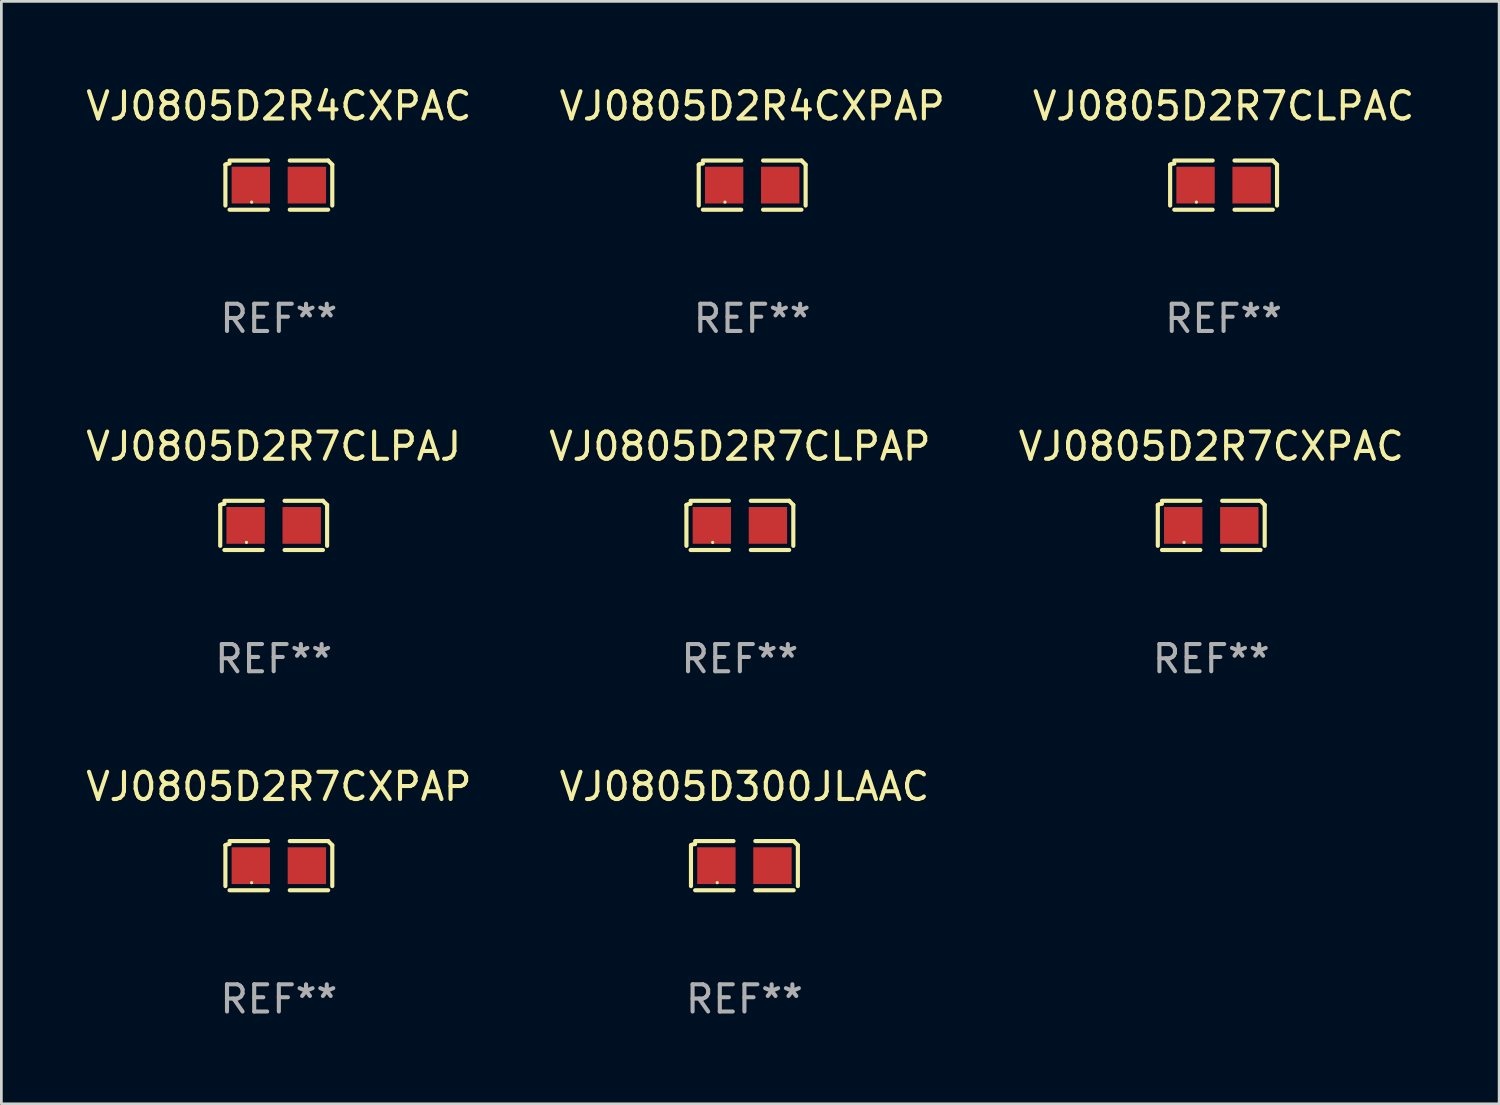
<source format=kicad_pcb>
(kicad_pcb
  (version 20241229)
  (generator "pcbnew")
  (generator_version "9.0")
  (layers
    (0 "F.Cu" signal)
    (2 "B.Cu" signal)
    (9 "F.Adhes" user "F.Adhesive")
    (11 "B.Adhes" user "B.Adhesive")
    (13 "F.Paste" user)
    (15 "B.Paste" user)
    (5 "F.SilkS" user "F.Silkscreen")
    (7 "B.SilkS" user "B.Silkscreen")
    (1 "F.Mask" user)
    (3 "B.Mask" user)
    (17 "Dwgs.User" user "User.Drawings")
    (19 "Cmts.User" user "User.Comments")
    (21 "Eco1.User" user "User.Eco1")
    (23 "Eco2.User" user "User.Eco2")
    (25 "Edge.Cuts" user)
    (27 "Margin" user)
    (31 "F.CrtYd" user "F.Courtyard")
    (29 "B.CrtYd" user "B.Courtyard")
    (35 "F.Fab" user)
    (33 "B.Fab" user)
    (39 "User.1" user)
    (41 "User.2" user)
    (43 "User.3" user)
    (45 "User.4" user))
  (footprint "VJ0805D2R7CXPAP"
    (layer "F.Cu")
    (at 7.196 28.759)
    (property "Reference" "VJ0805D2R7CXPAP" (at 0 -2.904 0) (layer "F.SilkS") (effects (font (size 1 1) (thickness 0.15))))
    (attr through_hole)
    (fp_line (start -1.964 0.751) (end -1.964 -0.751) (stroke (width 0.152) (type solid)) (layer "F.SilkS"))
    (fp_line (start -1.811 -0.904) (end -0.401 -0.904) (stroke (width 0.152) (type solid)) (layer "F.SilkS"))
    (fp_line (start -0.401 0.904) (end -1.811 0.904) (stroke (width 0.152) (type solid)) (layer "F.SilkS"))
    (fp_line (start 0.401 0.904) (end 1.811 0.904) (stroke (width 0.152) (type solid)) (layer "F.SilkS"))
    (fp_line (start 1.811 -0.904) (end 0.401 -0.904) (stroke (width 0.152) (type solid)) (layer "F.SilkS"))
    (fp_line (start 1.964 0.751) (end 1.964 -0.751) (stroke (width 0.152) (type solid)) (layer "F.SilkS"))
    (fp_arc (start -1.963602 -0.751207) (mid -1.890354 -0.783131) (end -1.811201 -0.794044) (stroke (width 0.1524) (type solid)) (layer "F.SilkS"))
    (fp_arc (start 1.811202 -0.903607) (mid 1.887413 -0.827418) (end 1.963602 -0.751207) (stroke (width 0.1524) (type solid)) (layer "F.SilkS"))
    (fp_circle (center -1 0.625) (end -0.97 0.625) (stroke (width 0.06) (type solid)) (fill no) (layer "F.SilkS"))
    (fp_text user "REF**" (at 0 4.904 0) (layer "F.Fab") (effects (font (size 1 1) (thickness 0.15))))
    (pad "1" smd rect (at -1.03 0) (size 1.41 1.35) (layers "F.Cu" "F.Mask" "F.Paste"))
    (pad "2" smd rect (at 1.03 0) (size 1.41 1.35) (layers "F.Cu" "F.Mask" "F.Paste")))
  (footprint "VJ0805D2R4CXPAP"
    (layer "F.Cu")
    (at 24.589 3.752)
    (property "Reference" "VJ0805D2R4CXPAP" (at 0 -2.904 0) (layer "F.SilkS") (effects (font (size 1 1) (thickness 0.15))))
    (attr through_hole)
    (fp_line (start -1.964 0.751) (end -1.964 -0.751) (stroke (width 0.152) (type solid)) (layer "F.SilkS"))
    (fp_line (start -1.811 -0.904) (end -0.401 -0.904) (stroke (width 0.152) (type solid)) (layer "F.SilkS"))
    (fp_line (start -0.401 0.904) (end -1.811 0.904) (stroke (width 0.152) (type solid)) (layer "F.SilkS"))
    (fp_line (start 0.401 0.904) (end 1.811 0.904) (stroke (width 0.152) (type solid)) (layer "F.SilkS"))
    (fp_line (start 1.811 -0.904) (end 0.401 -0.904) (stroke (width 0.152) (type solid)) (layer "F.SilkS"))
    (fp_line (start 1.964 0.751) (end 1.964 -0.751) (stroke (width 0.152) (type solid)) (layer "F.SilkS"))
    (fp_arc (start -1.963602 -0.751207) (mid -1.890354 -0.783131) (end -1.811201 -0.794044) (stroke (width 0.1524) (type solid)) (layer "F.SilkS"))
    (fp_arc (start 1.811202 -0.903607) (mid 1.887413 -0.827418) (end 1.963602 -0.751207) (stroke (width 0.1524) (type solid)) (layer "F.SilkS"))
    (fp_circle (center -1 0.625) (end -0.97 0.625) (stroke (width 0.06) (type solid)) (fill no) (layer "F.SilkS"))
    (fp_text user "REF**" (at 0 4.904 0) (layer "F.Fab") (effects (font (size 1 1) (thickness 0.15))))
    (pad "1" smd rect (at -1.03 0) (size 1.41 1.35) (layers "F.Cu" "F.Mask" "F.Paste"))
    (pad "2" smd rect (at 1.03 0) (size 1.41 1.35) (layers "F.Cu" "F.Mask" "F.Paste")))
  (footprint "VJ0805D2R7CLPAJ"
    (layer "F.Cu")
    (at 7.006 16.256)
    (property "Reference" "VJ0805D2R7CLPAJ" (at 0 -2.904 0) (layer "F.SilkS") (effects (font (size 1 1) (thickness 0.15))))
    (attr through_hole)
    (fp_line (start -1.964 0.751) (end -1.964 -0.751) (stroke (width 0.152) (type solid)) (layer "F.SilkS"))
    (fp_line (start -1.811 -0.904) (end -0.401 -0.904) (stroke (width 0.152) (type solid)) (layer "F.SilkS"))
    (fp_line (start -0.401 0.904) (end -1.811 0.904) (stroke (width 0.152) (type solid)) (layer "F.SilkS"))
    (fp_line (start 0.401 0.904) (end 1.811 0.904) (stroke (width 0.152) (type solid)) (layer "F.SilkS"))
    (fp_line (start 1.811 -0.904) (end 0.401 -0.904) (stroke (width 0.152) (type solid)) (layer "F.SilkS"))
    (fp_line (start 1.964 0.751) (end 1.964 -0.751) (stroke (width 0.152) (type solid)) (layer "F.SilkS"))
    (fp_arc (start -1.963602 -0.751207) (mid -1.890354 -0.783131) (end -1.811201 -0.794044) (stroke (width 0.1524) (type solid)) (layer "F.SilkS"))
    (fp_arc (start 1.811202 -0.903607) (mid 1.887413 -0.827418) (end 1.963602 -0.751207) (stroke (width 0.1524) (type solid)) (layer "F.SilkS"))
    (fp_circle (center -1 0.625) (end -0.97 0.625) (stroke (width 0.06) (type solid)) (fill no) (layer "F.SilkS"))
    (fp_text user "REF**" (at 0 4.904 0) (layer "F.Fab") (effects (font (size 1 1) (thickness 0.15))))
    (pad "1" smd rect (at -1.03 0) (size 1.41 1.35) (layers "F.Cu" "F.Mask" "F.Paste"))
    (pad "2" smd rect (at 1.03 0) (size 1.41 1.35) (layers "F.Cu" "F.Mask" "F.Paste")))
  (footprint "VJ0805D300JLAAC"
    (layer "F.Cu")
    (at 24.304 28.759)
    (property "Reference" "VJ0805D300JLAAC" (at 0 -2.904 0) (layer "F.SilkS") (effects (font (size 1 1) (thickness 0.15))))
    (attr through_hole)
    (fp_line (start -1.964 0.751) (end -1.964 -0.751) (stroke (width 0.152) (type solid)) (layer "F.SilkS"))
    (fp_line (start -1.811 -0.904) (end -0.401 -0.904) (stroke (width 0.152) (type solid)) (layer "F.SilkS"))
    (fp_line (start -0.401 0.904) (end -1.811 0.904) (stroke (width 0.152) (type solid)) (layer "F.SilkS"))
    (fp_line (start 0.401 0.904) (end 1.811 0.904) (stroke (width 0.152) (type solid)) (layer "F.SilkS"))
    (fp_line (start 1.811 -0.904) (end 0.401 -0.904) (stroke (width 0.152) (type solid)) (layer "F.SilkS"))
    (fp_line (start 1.964 0.751) (end 1.964 -0.751) (stroke (width 0.152) (type solid)) (layer "F.SilkS"))
    (fp_arc (start -1.963602 -0.751207) (mid -1.890354 -0.783131) (end -1.811201 -0.794044) (stroke (width 0.1524) (type solid)) (layer "F.SilkS"))
    (fp_arc (start 1.811202 -0.903607) (mid 1.887413 -0.827418) (end 1.963602 -0.751207) (stroke (width 0.1524) (type solid)) (layer "F.SilkS"))
    (fp_circle (center -1 0.625) (end -0.97 0.625) (stroke (width 0.06) (type solid)) (fill no) (layer "F.SilkS"))
    (fp_text user "REF**" (at 0 4.904 0) (layer "F.Fab") (effects (font (size 1 1) (thickness 0.15))))
    (pad "1" smd rect (at -1.03 0) (size 1.41 1.35) (layers "F.Cu" "F.Mask" "F.Paste"))
    (pad "2" smd rect (at 1.03 0) (size 1.41 1.35) (layers "F.Cu" "F.Mask" "F.Paste")))
  (footprint "VJ0805D2R4CXPAC"
    (layer "F.Cu")
    (at 7.196 3.752)
    (property "Reference" "VJ0805D2R4CXPAC" (at 0 -2.904 0) (layer "F.SilkS") (effects (font (size 1 1) (thickness 0.15))))
    (attr through_hole)
    (fp_line (start -1.964 0.751) (end -1.964 -0.751) (stroke (width 0.152) (type solid)) (layer "F.SilkS"))
    (fp_line (start -1.811 -0.904) (end -0.401 -0.904) (stroke (width 0.152) (type solid)) (layer "F.SilkS"))
    (fp_line (start -0.401 0.904) (end -1.811 0.904) (stroke (width 0.152) (type solid)) (layer "F.SilkS"))
    (fp_line (start 0.401 0.904) (end 1.811 0.904) (stroke (width 0.152) (type solid)) (layer "F.SilkS"))
    (fp_line (start 1.811 -0.904) (end 0.401 -0.904) (stroke (width 0.152) (type solid)) (layer "F.SilkS"))
    (fp_line (start 1.964 0.751) (end 1.964 -0.751) (stroke (width 0.152) (type solid)) (layer "F.SilkS"))
    (fp_arc (start -1.963602 -0.751207) (mid -1.890354 -0.783131) (end -1.811201 -0.794044) (stroke (width 0.1524) (type solid)) (layer "F.SilkS"))
    (fp_arc (start 1.811202 -0.903607) (mid 1.887413 -0.827418) (end 1.963602 -0.751207) (stroke (width 0.1524) (type solid)) (layer "F.SilkS"))
    (fp_circle (center -1 0.625) (end -0.97 0.625) (stroke (width 0.06) (type solid)) (fill no) (layer "F.SilkS"))
    (fp_text user "REF**" (at 0 4.904 0) (layer "F.Fab") (effects (font (size 1 1) (thickness 0.15))))
    (pad "1" smd rect (at -1.03 0) (size 1.41 1.35) (layers "F.Cu" "F.Mask" "F.Paste"))
    (pad "2" smd rect (at 1.03 0) (size 1.41 1.35) (layers "F.Cu" "F.Mask" "F.Paste")))
  (footprint "VJ0805D2R7CXPAC"
    (layer "F.Cu")
    (at 41.458 16.256)
    (property "Reference" "VJ0805D2R7CXPAC" (at 0 -2.904 0) (layer "F.SilkS") (effects (font (size 1 1) (thickness 0.15))))
    (attr through_hole)
    (fp_line (start -1.964 0.751) (end -1.964 -0.751) (stroke (width 0.152) (type solid)) (layer "F.SilkS"))
    (fp_line (start -1.811 -0.904) (end -0.401 -0.904) (stroke (width 0.152) (type solid)) (layer "F.SilkS"))
    (fp_line (start -0.401 0.904) (end -1.811 0.904) (stroke (width 0.152) (type solid)) (layer "F.SilkS"))
    (fp_line (start 0.401 0.904) (end 1.811 0.904) (stroke (width 0.152) (type solid)) (layer "F.SilkS"))
    (fp_line (start 1.811 -0.904) (end 0.401 -0.904) (stroke (width 0.152) (type solid)) (layer "F.SilkS"))
    (fp_line (start 1.964 0.751) (end 1.964 -0.751) (stroke (width 0.152) (type solid)) (layer "F.SilkS"))
    (fp_arc (start -1.963602 -0.751207) (mid -1.890354 -0.783131) (end -1.811201 -0.794044) (stroke (width 0.1524) (type solid)) (layer "F.SilkS"))
    (fp_arc (start 1.811202 -0.903607) (mid 1.887413 -0.827418) (end 1.963602 -0.751207) (stroke (width 0.1524) (type solid)) (layer "F.SilkS"))
    (fp_circle (center -1 0.625) (end -0.97 0.625) (stroke (width 0.06) (type solid)) (fill no) (layer "F.SilkS"))
    (fp_text user "REF**" (at 0 4.904 0) (layer "F.Fab") (effects (font (size 1 1) (thickness 0.15))))
    (pad "1" smd rect (at -1.03 0) (size 1.41 1.35) (layers "F.Cu" "F.Mask" "F.Paste"))
    (pad "2" smd rect (at 1.03 0) (size 1.41 1.35) (layers "F.Cu" "F.Mask" "F.Paste")))
  (footprint "VJ0805D2R7CLPAP"
    (layer "F.Cu")
    (at 24.137 16.256)
    (property "Reference" "VJ0805D2R7CLPAP" (at 0 -2.904 0) (layer "F.SilkS") (effects (font (size 1 1) (thickness 0.15))))
    (attr through_hole)
    (fp_line (start -1.964 0.751) (end -1.964 -0.751) (stroke (width 0.152) (type solid)) (layer "F.SilkS"))
    (fp_line (start -1.811 -0.904) (end -0.401 -0.904) (stroke (width 0.152) (type solid)) (layer "F.SilkS"))
    (fp_line (start -0.401 0.904) (end -1.811 0.904) (stroke (width 0.152) (type solid)) (layer "F.SilkS"))
    (fp_line (start 0.401 0.904) (end 1.811 0.904) (stroke (width 0.152) (type solid)) (layer "F.SilkS"))
    (fp_line (start 1.811 -0.904) (end 0.401 -0.904) (stroke (width 0.152) (type solid)) (layer "F.SilkS"))
    (fp_line (start 1.964 0.751) (end 1.964 -0.751) (stroke (width 0.152) (type solid)) (layer "F.SilkS"))
    (fp_arc (start -1.963602 -0.751207) (mid -1.890354 -0.783131) (end -1.811201 -0.794044) (stroke (width 0.1524) (type solid)) (layer "F.SilkS"))
    (fp_arc (start 1.811202 -0.903607) (mid 1.887413 -0.827418) (end 1.963602 -0.751207) (stroke (width 0.1524) (type solid)) (layer "F.SilkS"))
    (fp_circle (center -1 0.625) (end -0.97 0.625) (stroke (width 0.06) (type solid)) (fill no) (layer "F.SilkS"))
    (fp_text user "REF**" (at 0 4.904 0) (layer "F.Fab") (effects (font (size 1 1) (thickness 0.15))))
    (pad "1" smd rect (at -1.03 0) (size 1.41 1.35) (layers "F.Cu" "F.Mask" "F.Paste"))
    (pad "2" smd rect (at 1.03 0) (size 1.41 1.35) (layers "F.Cu" "F.Mask" "F.Paste")))
  (footprint "VJ0805D2R7CLPAC"
    (layer "F.Cu")
    (at 41.911 3.752)
    (property "Reference" "VJ0805D2R7CLPAC" (at 0 -2.904 0) (layer "F.SilkS") (effects (font (size 1 1) (thickness 0.15))))
    (attr through_hole)
    (fp_line (start -1.964 0.751) (end -1.964 -0.751) (stroke (width 0.152) (type solid)) (layer "F.SilkS"))
    (fp_line (start -1.811 -0.904) (end -0.401 -0.904) (stroke (width 0.152) (type solid)) (layer "F.SilkS"))
    (fp_line (start -0.401 0.904) (end -1.811 0.904) (stroke (width 0.152) (type solid)) (layer "F.SilkS"))
    (fp_line (start 0.401 0.904) (end 1.811 0.904) (stroke (width 0.152) (type solid)) (layer "F.SilkS"))
    (fp_line (start 1.811 -0.904) (end 0.401 -0.904) (stroke (width 0.152) (type solid)) (layer "F.SilkS"))
    (fp_line (start 1.964 0.751) (end 1.964 -0.751) (stroke (width 0.152) (type solid)) (layer "F.SilkS"))
    (fp_arc (start -1.963602 -0.751207) (mid -1.890354 -0.783131) (end -1.811201 -0.794044) (stroke (width 0.1524) (type solid)) (layer "F.SilkS"))
    (fp_arc (start 1.811202 -0.903607) (mid 1.887413 -0.827418) (end 1.963602 -0.751207) (stroke (width 0.1524) (type solid)) (layer "F.SilkS"))
    (fp_circle (center -1 0.625) (end -0.97 0.625) (stroke (width 0.06) (type solid)) (fill no) (layer "F.SilkS"))
    (fp_text user "REF**" (at 0 4.904 0) (layer "F.Fab") (effects (font (size 1 1) (thickness 0.15))))
    (pad "1" smd rect (at -1.03 0) (size 1.41 1.35) (layers "F.Cu" "F.Mask" "F.Paste"))
    (pad "2" smd rect (at 1.03 0) (size 1.41 1.35) (layers "F.Cu" "F.Mask" "F.Paste")))
  (gr_rect
    (start -3 -3)
    (end 52.036 37.511)
    (stroke (width 0.1) (type default))
    (fill no)
    (layer "Edge.Cuts")))
</source>
